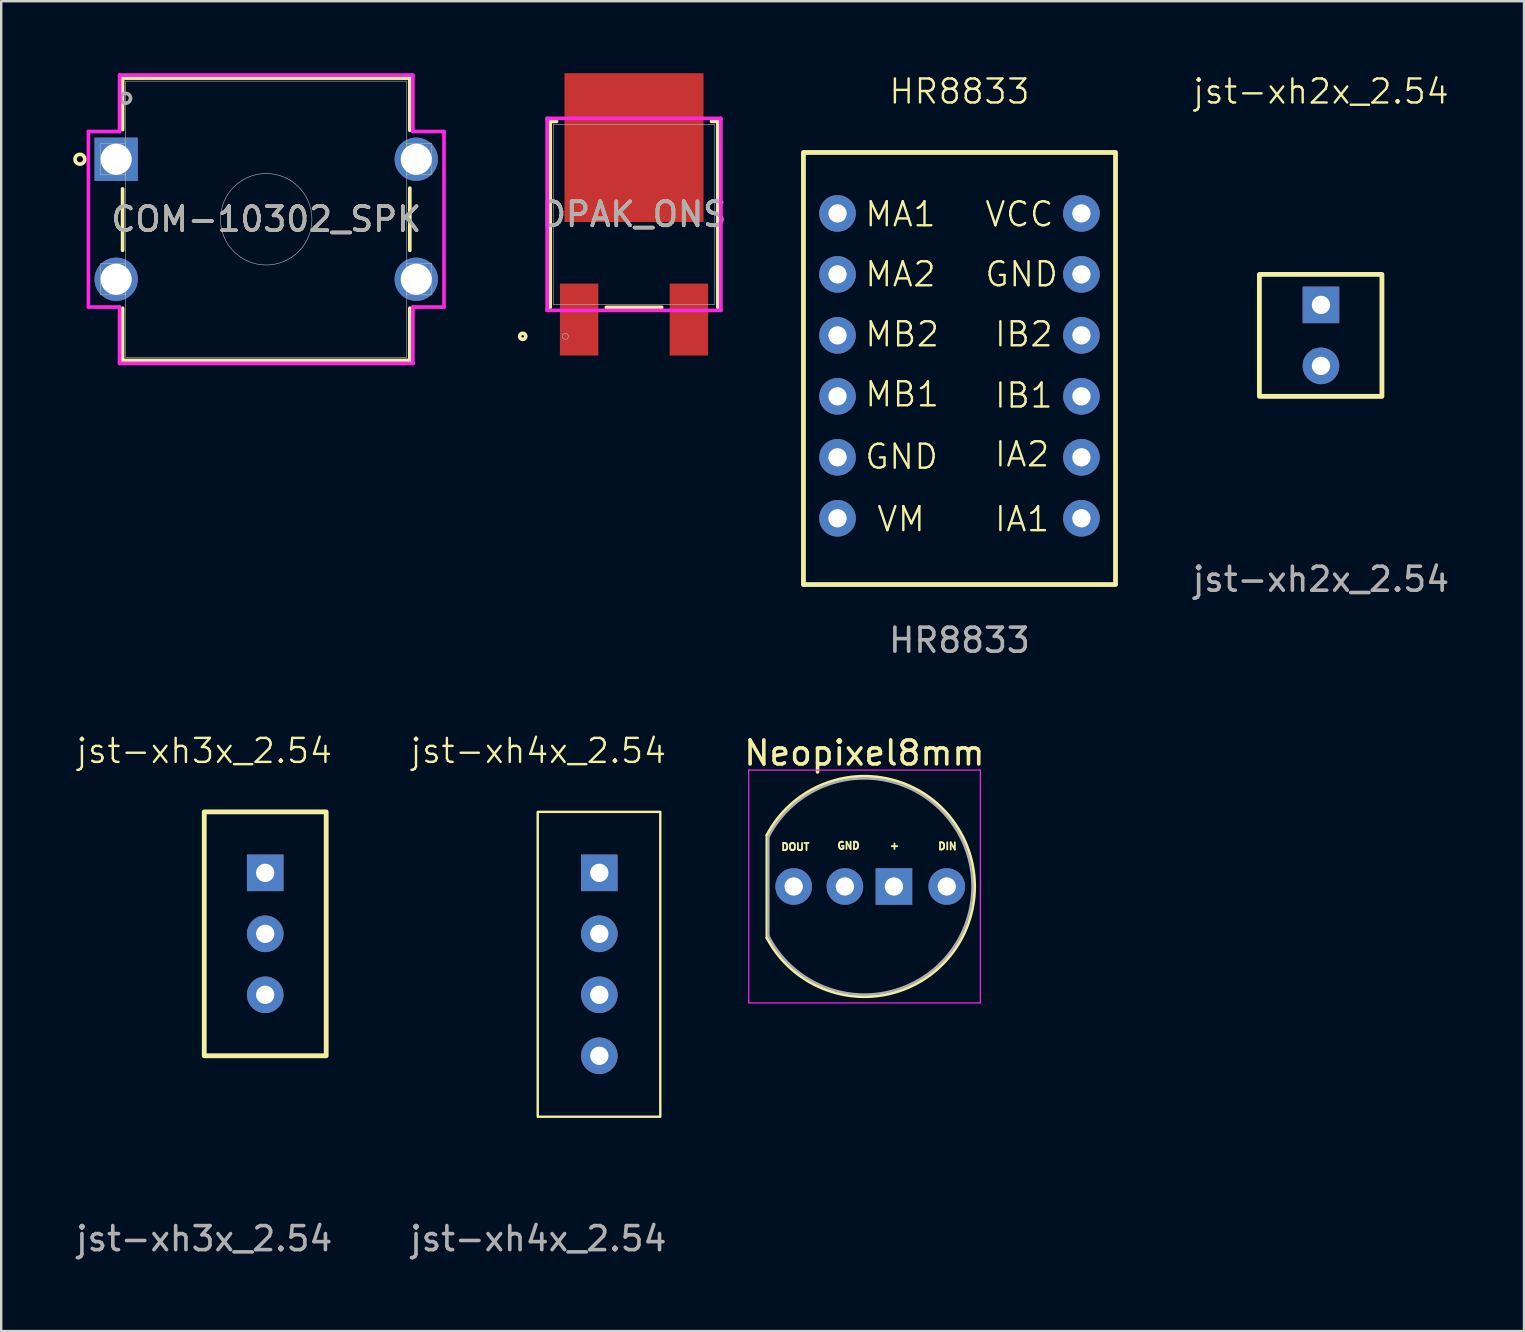
<source format=kicad_pcb>
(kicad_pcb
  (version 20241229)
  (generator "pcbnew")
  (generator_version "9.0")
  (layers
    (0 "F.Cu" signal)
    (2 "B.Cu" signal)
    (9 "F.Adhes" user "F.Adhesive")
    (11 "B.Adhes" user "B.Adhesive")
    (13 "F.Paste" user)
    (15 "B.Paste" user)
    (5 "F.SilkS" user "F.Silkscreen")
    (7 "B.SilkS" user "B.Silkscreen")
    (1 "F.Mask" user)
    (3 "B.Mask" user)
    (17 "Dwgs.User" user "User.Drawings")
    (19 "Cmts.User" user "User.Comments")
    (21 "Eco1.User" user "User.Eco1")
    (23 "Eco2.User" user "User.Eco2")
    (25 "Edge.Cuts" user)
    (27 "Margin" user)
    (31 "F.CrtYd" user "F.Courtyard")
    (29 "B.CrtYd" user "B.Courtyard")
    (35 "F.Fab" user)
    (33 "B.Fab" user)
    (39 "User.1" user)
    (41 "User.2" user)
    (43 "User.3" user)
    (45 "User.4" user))
  (footprint "COM-10302_SPK"
    (layer "F.Cu")
    (at 1.789 3.583)
    (property "Reference" "COM-10302_SPK" (at 6.25 2.5 0) (unlocked yes) (layer "F.SilkS") (effects (font (size 1 1) (thickness 0.15))))
    (attr through_hole)
    (fp_line (start 0.268 -3.38) (end 0.268 -1.234) (stroke (width 0.152) (type solid)) (layer "F.SilkS"))
    (fp_line (start 0.268 1.234) (end 0.268 3.795) (stroke (width 0.152) (type solid)) (layer "F.SilkS"))
    (fp_line (start 0.268 6.205) (end 0.268 8.38) (stroke (width 0.152) (type solid)) (layer "F.SilkS"))
    (fp_line (start 0.268 8.38) (end 12.232 8.38) (stroke (width 0.152) (type solid)) (layer "F.SilkS"))
    (fp_line (start 12.232 -3.38) (end 0.268 -3.38) (stroke (width 0.152) (type solid)) (layer "F.SilkS"))
    (fp_line (start 12.232 -1.205) (end 12.232 -3.38) (stroke (width 0.152) (type solid)) (layer "F.SilkS"))
    (fp_line (start 12.232 3.795) (end 12.232 1.205) (stroke (width 0.152) (type solid)) (layer "F.SilkS"))
    (fp_line (start 12.232 8.38) (end 12.232 6.205) (stroke (width 0.152) (type solid)) (layer "F.SilkS"))
    (fp_circle (center -1.51 0) (end -1.306 0) (stroke (width 0.152) (type solid)) (fill no) (layer "F.SilkS"))
    (fp_line (start -1.156 -1.156) (end 0.141 -1.156) (stroke (width 0.152) (type solid)) (layer "F.CrtYd"))
    (fp_line (start -1.156 6.156) (end -1.156 -1.156) (stroke (width 0.152) (type solid)) (layer "F.CrtYd"))
    (fp_line (start -1.156 6.156) (end 0.141 6.156) (stroke (width 0.152) (type solid)) (layer "F.CrtYd"))
    (fp_line (start 0.141 -3.507) (end 12.359 -3.507) (stroke (width 0.152) (type solid)) (layer "F.CrtYd"))
    (fp_line (start 0.141 -1.156) (end 0.141 -3.507) (stroke (width 0.152) (type solid)) (layer "F.CrtYd"))
    (fp_line (start 0.141 8.507) (end 0.141 6.156) (stroke (width 0.152) (type solid)) (layer "F.CrtYd"))
    (fp_line (start 12.359 -3.507) (end 12.359 -1.156) (stroke (width 0.152) (type solid)) (layer "F.CrtYd"))
    (fp_line (start 12.359 6.156) (end 12.359 8.507) (stroke (width 0.152) (type solid)) (layer "F.CrtYd"))
    (fp_line (start 12.359 8.507) (end 0.141 8.507) (stroke (width 0.152) (type solid)) (layer "F.CrtYd"))
    (fp_line (start 13.656 -1.156) (end 12.359 -1.156) (stroke (width 0.152) (type solid)) (layer "F.CrtYd"))
    (fp_line (start 13.656 -1.156) (end 13.656 6.156) (stroke (width 0.152) (type solid)) (layer "F.CrtYd"))
    (fp_line (start 13.656 6.156) (end 12.359 6.156) (stroke (width 0.152) (type solid)) (layer "F.CrtYd"))
    (fp_line (start -0.648 -0.648) (end -0.648 0.648) (stroke (width 0.025) (type solid)) (layer "F.Fab"))
    (fp_line (start -0.648 0.648) (end 0.395 0.648) (stroke (width 0.025) (type solid)) (layer "F.Fab"))
    (fp_line (start -0.648 4.352) (end -0.648 5.648) (stroke (width 0.025) (type solid)) (layer "F.Fab"))
    (fp_line (start -0.648 5.648) (end 0.395 5.648) (stroke (width 0.025) (type solid)) (layer "F.Fab"))
    (fp_line (start 0.395 -3.253) (end 0.395 8.253) (stroke (width 0.025) (type solid)) (layer "F.Fab"))
    (fp_line (start 0.395 -0.648) (end -0.648 -0.648) (stroke (width 0.025) (type solid)) (layer "F.Fab"))
    (fp_line (start 0.395 0.648) (end 0.395 -0.648) (stroke (width 0.025) (type solid)) (layer "F.Fab"))
    (fp_line (start 0.395 4.352) (end -0.648 4.352) (stroke (width 0.025) (type solid)) (layer "F.Fab"))
    (fp_line (start 0.395 5.648) (end 0.395 4.352) (stroke (width 0.025) (type solid)) (layer "F.Fab"))
    (fp_line (start 0.395 8.253) (end 12.105 8.253) (stroke (width 0.025) (type solid)) (layer "F.Fab"))
    (fp_line (start 12.105 -3.253) (end 0.395 -3.253) (stroke (width 0.025) (type solid)) (layer "F.Fab"))
    (fp_line (start 12.105 -0.648) (end 12.105 0.648) (stroke (width 0.025) (type solid)) (layer "F.Fab"))
    (fp_line (start 12.105 0.648) (end 13.148 0.648) (stroke (width 0.025) (type solid)) (layer "F.Fab"))
    (fp_line (start 12.105 4.352) (end 12.105 5.648) (stroke (width 0.025) (type solid)) (layer "F.Fab"))
    (fp_line (start 12.105 5.648) (end 13.148 5.648) (stroke (width 0.025) (type solid)) (layer "F.Fab"))
    (fp_line (start 12.105 8.253) (end 12.105 -3.253) (stroke (width 0.025) (type solid)) (layer "F.Fab"))
    (fp_line (start 13.148 -0.648) (end 12.105 -0.648) (stroke (width 0.025) (type solid)) (layer "F.Fab"))
    (fp_line (start 13.148 0.648) (end 13.148 -0.648) (stroke (width 0.025) (type solid)) (layer "F.Fab"))
    (fp_line (start 13.148 4.352) (end 12.105 4.352) (stroke (width 0.025) (type solid)) (layer "F.Fab"))
    (fp_line (start 13.148 5.648) (end 13.148 4.352) (stroke (width 0.025) (type solid)) (layer "F.Fab"))
    (fp_circle (center 0.395 -2.54) (end 0.599 -2.54) (stroke (width 0.152) (type solid)) (fill no) (layer "F.Fab"))
    (fp_circle (center 6.25 2.5) (end 8.155 2.5) (stroke (width 0.025) (type solid)) (fill no) (layer "F.Fab"))
    (fp_text user "${REFERENCE}" (at 6.25 2.5 0) (unlocked yes) (layer "F.Fab") (effects (font (size 1 1) (thickness 0.15))))
    (pad "1" thru_hole rect (at 0 0) (size 1.803 1.803) (drill 1.295) (layers "*.Cu" "*.Mask"))
    (pad "2" thru_hole circle (at 12.5 0) (size 1.803 1.803) (drill 1.295) (layers "*.Cu" "*.Mask"))
    (pad "3" thru_hole circle (at 0 5) (size 1.803 1.803) (drill 1.295) (layers "*.Cu" "*.Mask"))
    (pad "4" thru_hole circle (at 12.5 5) (size 1.803 1.803) (drill 1.295) (layers "*.Cu" "*.Mask")))
  (footprint "DPAK_ONS"
    (layer "F.Cu")
    (at 23.36 5.88)
    (property "Reference" "DPAK_ONS" (at 0 0 0) (unlocked yes) (layer "F.SilkS") (effects (font (size 1 1) (thickness 0.15))))
    (attr smd)
    (fp_line (start -3.493 -3.873) (end -3.493 3.873) (stroke (width 0.152) (type solid)) (layer "F.SilkS"))
    (fp_line (start -3.228 -3.873) (end -3.493 -3.873) (stroke (width 0.152) (type solid)) (layer "F.SilkS"))
    (fp_line (start -1.153 3.873) (end 1.153 3.873) (stroke (width 0.152) (type solid)) (layer "F.SilkS"))
    (fp_line (start 3.493 -3.873) (end 3.228 -3.873) (stroke (width 0.152) (type solid)) (layer "F.SilkS"))
    (fp_line (start 3.493 3.873) (end 3.493 -3.873) (stroke (width 0.152) (type solid)) (layer "F.SilkS"))
    (fp_circle (center -4.636 5.08) (end -4.508 5.08) (stroke (width 0.152) (type solid)) (fill no) (layer "F.SilkS"))
    (fp_line (start -3.619 -4) (end 3.619 -4) (stroke (width 0.152) (type solid)) (layer "F.CrtYd"))
    (fp_line (start -3.619 4) (end -3.619 -4) (stroke (width 0.152) (type solid)) (layer "F.CrtYd"))
    (fp_line (start 3.619 -4) (end 3.619 4) (stroke (width 0.152) (type solid)) (layer "F.CrtYd"))
    (fp_line (start 3.619 4) (end -3.619 4) (stroke (width 0.152) (type solid)) (layer "F.CrtYd"))
    (fp_line (start -3.365 -3.747) (end -3.365 3.747) (stroke (width 0.025) (type solid)) (layer "F.Fab"))
    (fp_line (start -3.365 3.747) (end 3.365 3.747) (stroke (width 0.025) (type solid)) (layer "F.Fab"))
    (fp_line (start 3.365 -3.747) (end -3.365 -3.747) (stroke (width 0.025) (type solid)) (layer "F.Fab"))
    (fp_line (start 3.365 3.747) (end 3.365 -3.747) (stroke (width 0.025) (type solid)) (layer "F.Fab"))
    (fp_circle (center -2.857 5.08) (end -2.731 5.08) (stroke (width 0.025) (type solid)) (fill no) (layer "F.Fab"))
    (fp_text user "${REFERENCE}" (at 0 0 0) (unlocked yes) (layer "F.Fab") (effects (font (size 1 1) (thickness 0.15))))
    (pad "1" smd rect (at -2.286 4.381) (size 1.6 2.997) (layers "F.Cu" "F.Mask" "F.Paste"))
    (pad "2" smd rect (at 0 -2.781) (size 5.791 6.198) (layers "F.Cu" "F.Mask" "F.Paste"))
    (pad "3" smd rect (at 2.286 4.381) (size 1.6 2.997) (layers "F.Cu" "F.Mask" "F.Paste")))
  (footprint "jst-xh3x_2.54"
    (layer "F.Cu")
    (at 5.458 38.389)
    (property "Reference" "jst-xh3x_2.54" (at 0 -10.16 0) (unlocked yes) (layer "F.SilkS") (effects (font (size 1 1) (thickness 0.1))))
    (attr through_hole)
    (fp_rect (start 0 -7.62) (end 5.08 2.54) (stroke (width 0.2) (type default)) (fill no) (layer "F.SilkS"))
    (fp_text user "${REFERENCE}" (at 0 10.16 0) (unlocked yes) (layer "F.Fab") (effects (font (size 1 1) (thickness 0.15))))
    (pad "1" thru_hole rect (at 2.54 -5.08) (size 1.524 1.524) (drill 0.762) (layers "*.Cu" "*.Mask"))
    (pad "2" thru_hole circle (at 2.54 -2.54) (size 1.524 1.524) (drill 0.762) (layers "*.Cu" "*.Mask"))
    (pad "3" thru_hole circle (at 2.54 0) (size 1.524 1.524) (drill 0.762) (layers "*.Cu" "*.Mask")))
  (footprint "jst-xh4x_2.54"
    (layer "F.Cu")
    (at 19.375 38.389)
    (property "Reference" "jst-xh4x_2.54" (at 0 -10.16 0) (unlocked yes) (layer "F.SilkS") (effects (font (size 1 1) (thickness 0.1))))
    (attr through_hole)
    (fp_rect (start -0.025 -7.62) (end 5.08 5.08) (stroke (width 0.1) (type default)) (fill no) (layer "F.SilkS"))
    (fp_text user "${REFERENCE}" (at 0 10.16 0) (unlocked yes) (layer "F.Fab") (effects (font (size 1 1) (thickness 0.15))))
    (pad "1" thru_hole rect (at 2.54 -5.08) (size 1.524 1.524) (drill 0.762) (layers "*.Cu" "*.Mask"))
    (pad "2" thru_hole circle (at 2.54 -2.54) (size 1.524 1.524) (drill 0.762) (layers "*.Cu" "*.Mask"))
    (pad "3" thru_hole circle (at 2.54 0) (size 1.524 1.524) (drill 0.762) (layers "*.Cu" "*.Mask"))
    (pad "4" thru_hole circle (at 2.54 2.54) (size 1.524 1.524) (drill 0.762) (layers "*.Cu" "*.Mask")))
  (footprint "jst-xh2x_2.54"
    (layer "F.Cu")
    (at 51.976 10.921)
    (property "Reference" "jst-xh2x_2.54" (at 0 -10.16 0) (unlocked yes) (layer "F.SilkS") (effects (font (size 1 1) (thickness 0.1))))
    (attr through_hole)
    (fp_rect (start -2.565 -2.54) (end 2.54 2.54) (stroke (width 0.2) (type default)) (fill no) (layer "F.SilkS"))
    (fp_text user "${REFERENCE}" (at 0 10.16 0) (unlocked yes) (layer "F.Fab") (effects (font (size 1 1) (thickness 0.15))))
    (pad "1" thru_hole rect (at 0 -1.27) (size 1.524 1.524) (drill 0.762) (layers "*.Cu" "*.Mask"))
    (pad "2" thru_hole circle (at 0 1.27) (size 1.524 1.524) (drill 0.762) (layers "*.Cu" "*.Mask")))
  (footprint "HR8833"
    (layer "F.Cu")
    (at 36.918 13.46)
    (property "Reference" "HR8833" (at 0 -12.7 0) (unlocked yes) (layer "F.SilkS") (effects (font (size 1 1) (thickness 0.1))))
    (attr through_hole)
    (fp_rect (start -6.5 -10.16) (end 6.5 7.84) (stroke (width 0.2) (type default)) (fill no) (layer "F.SilkS"))
    (fp_text user "IB1" (at 1.4 0.55 0) (unlocked yes) (layer "F.SilkS") (effects (font (size 1 1) (thickness 0.1)) (justify left bottom)))
    (fp_text user "MB1" (at -4 0.5 0) (unlocked yes) (layer "F.SilkS") (effects (font (size 1 1) (thickness 0.1)) (justify left bottom)))
    (fp_text user "IA2" (at 1.4 3 0) (unlocked yes) (layer "F.SilkS") (effects (font (size 1 1) (thickness 0.1)) (justify left bottom)))
    (fp_text user "IB2" (at 1.4 -2 0) (unlocked yes) (layer "F.SilkS") (effects (font (size 1 1) (thickness 0.1)) (justify left bottom)))
    (fp_text user "GND" (at 1 -4.5 0) (unlocked yes) (layer "F.SilkS") (effects (font (size 1 1) (thickness 0.1)) (justify left bottom)))
    (fp_text user "MA2" (at -4 -4.5 0) (unlocked yes) (layer "F.SilkS") (effects (font (size 1 1) (thickness 0.1)) (justify left bottom)))
    (fp_text user "VCC" (at 1 -7 0) (unlocked yes) (layer "F.SilkS") (effects (font (size 1 1) (thickness 0.1)) (justify left bottom)))
    (fp_text user "MA1" (at -4 -7 0) (unlocked yes) (layer "F.SilkS") (effects (font (size 1 1) (thickness 0.1)) (justify left bottom)))
    (fp_text user "GND" (at -4 3.1 0) (unlocked yes) (layer "F.SilkS") (effects (font (size 1 1) (thickness 0.1)) (justify left bottom)))
    (fp_text user "VM" (at -3.5 5.7 0) (unlocked yes) (layer "F.SilkS") (effects (font (size 1 1) (thickness 0.1)) (justify left bottom)))
    (fp_text user "MB2" (at -4 -2 0) (unlocked yes) (layer "F.SilkS") (effects (font (size 1 1) (thickness 0.1)) (justify left bottom)))
    (fp_text user "IA1" (at 1.4 5.7 0) (unlocked yes) (layer "F.SilkS") (effects (font (size 1 1) (thickness 0.1)) (justify left bottom)))
    (fp_text user "${REFERENCE}" (at 0 10.16 0) (unlocked yes) (layer "F.Fab") (effects (font (size 1 1) (thickness 0.15))))
    (pad "1" thru_hole circle (at 5.08 5.08) (size 1.524 1.524) (drill 0.762) (layers "*.Cu" "*.Mask"))
    (pad "2" thru_hole circle (at 5.08 2.54) (size 1.524 1.524) (drill 0.762) (layers "*.Cu" "*.Mask"))
    (pad "3" thru_hole circle (at 5.08 0) (size 1.524 1.524) (drill 0.762) (layers "*.Cu" "*.Mask"))
    (pad "4" thru_hole circle (at 5.08 -2.54) (size 1.524 1.524) (drill 0.762) (layers "*.Cu" "*.Mask"))
    (pad "5" thru_hole circle (at 5.08 -5.08) (size 1.524 1.524) (drill 0.762) (layers "*.Cu" "*.Mask"))
    (pad "6" thru_hole circle (at 5.08 -7.62) (size 1.524 1.524) (drill 0.762) (layers "*.Cu" "*.Mask"))
    (pad "7" thru_hole circle (at -5.08 -7.62) (size 1.524 1.524) (drill 0.762) (layers "*.Cu" "*.Mask"))
    (pad "8" thru_hole circle (at -5.08 -5.08) (size 1.524 1.524) (drill 0.762) (layers "*.Cu" "*.Mask"))
    (pad "9" thru_hole circle (at -5.08 -2.54) (size 1.524 1.524) (drill 0.762) (layers "*.Cu" "*.Mask"))
    (pad "10" thru_hole circle (at -5.08 0) (size 1.524 1.524) (drill 0.762) (layers "*.Cu" "*.Mask"))
    (pad "11" thru_hole circle (at -5.08 2.54) (size 1.524 1.524) (drill 0.762) (layers "*.Cu" "*.Mask"))
    (pad "12" thru_hole circle (at -5.08 5.08) (size 1.524 1.524) (drill 0.762) (layers "*.Cu" "*.Mask")))
  (footprint "Neopixel8mm"
    (layer "F.Cu")
    (at 31.688 33.877)
    (property "Reference" "Neopixel8mm" (at 1.27 -5.56 0) (layer "F.SilkS") (effects (font (size 1 1) (thickness 0.15))))
    (attr through_hole)
    (fp_line (start -2.79 -2.142) (end -2.79 2.142) (stroke (width 0.12) (type solid)) (layer "F.SilkS"))
    (fp_arc (start -2.79 -2.141145) (mid 2.373119 -4.455472) (end 5.86 0.000486) (stroke (width 0.12) (type solid)) (layer "F.SilkS"))
    (fp_arc (start 5.86 -0.000486) (mid 2.373119 4.455472) (end -2.79 2.141145) (stroke (width 0.12) (type solid)) (layer "F.SilkS"))
    (fp_line (start -3.55 -4.85) (end -3.55 4.85) (stroke (width 0.05) (type solid)) (layer "F.CrtYd"))
    (fp_line (start -3.55 4.85) (end 6.1 4.85) (stroke (width 0.05) (type solid)) (layer "F.CrtYd"))
    (fp_line (start 6.1 -4.85) (end -3.55 -4.85) (stroke (width 0.05) (type solid)) (layer "F.CrtYd"))
    (fp_line (start 6.1 4.85) (end 6.1 -4.85) (stroke (width 0.05) (type solid)) (layer "F.CrtYd"))
    (fp_line (start -2.73 -2.062) (end -2.73 2.062) (stroke (width 0.1) (type solid)) (layer "F.Fab"))
    (fp_arc (start -2.73 -2.061553) (mid 5.77 0.00126) (end -2.731154 2.059312) (stroke (width 0.1) (type solid)) (layer "F.Fab"))
    (fp_text user "+" (at 2.286 -1.524 0) (unlocked yes) (layer "F.SilkS") (effects (font (size 0.3 0.3) (thickness 0.075)) (justify left bottom)))
    (fp_text user "DIN" (at 4.3 -1.5 0) (unlocked yes) (layer "F.SilkS") (effects (font (size 0.3 0.3) (thickness 0.075)) (justify left bottom)))
    (fp_text user "DOUT" (at -2.235 -1.473 0) (unlocked yes) (layer "F.SilkS") (effects (font (size 0.3 0.3) (thickness 0.075)) (justify left bottom)))
    (fp_text user "GND" (at 0.102 -1.524 0) (unlocked yes) (layer "F.SilkS") (effects (font (size 0.3 0.3) (thickness 0.075)) (justify left bottom)))
    (pad "1" thru_hole circle (at -1.676 0) (size 1.524 1.524) (drill 0.762) (layers "*.Cu" "*.Mask"))
    (pad "2" thru_hole circle (at 0.457 0) (size 1.524 1.524) (drill 0.762) (layers "*.Cu" "*.Mask"))
    (pad "3" thru_hole rect (at 2.5 0) (size 1.524 1.524) (drill 0.762) (layers "*.Cu" "*.Mask"))
    (pad "4" thru_hole circle (at 4.7 0) (size 1.524 1.524) (drill 0.762) (layers "*.Cu" "*.Mask")))
  (gr_rect
    (start -3 -3)
    (end 60.435 52.398)
    (stroke (width 0.1) (type default))
    (fill no)
    (layer "Edge.Cuts")))
</source>
